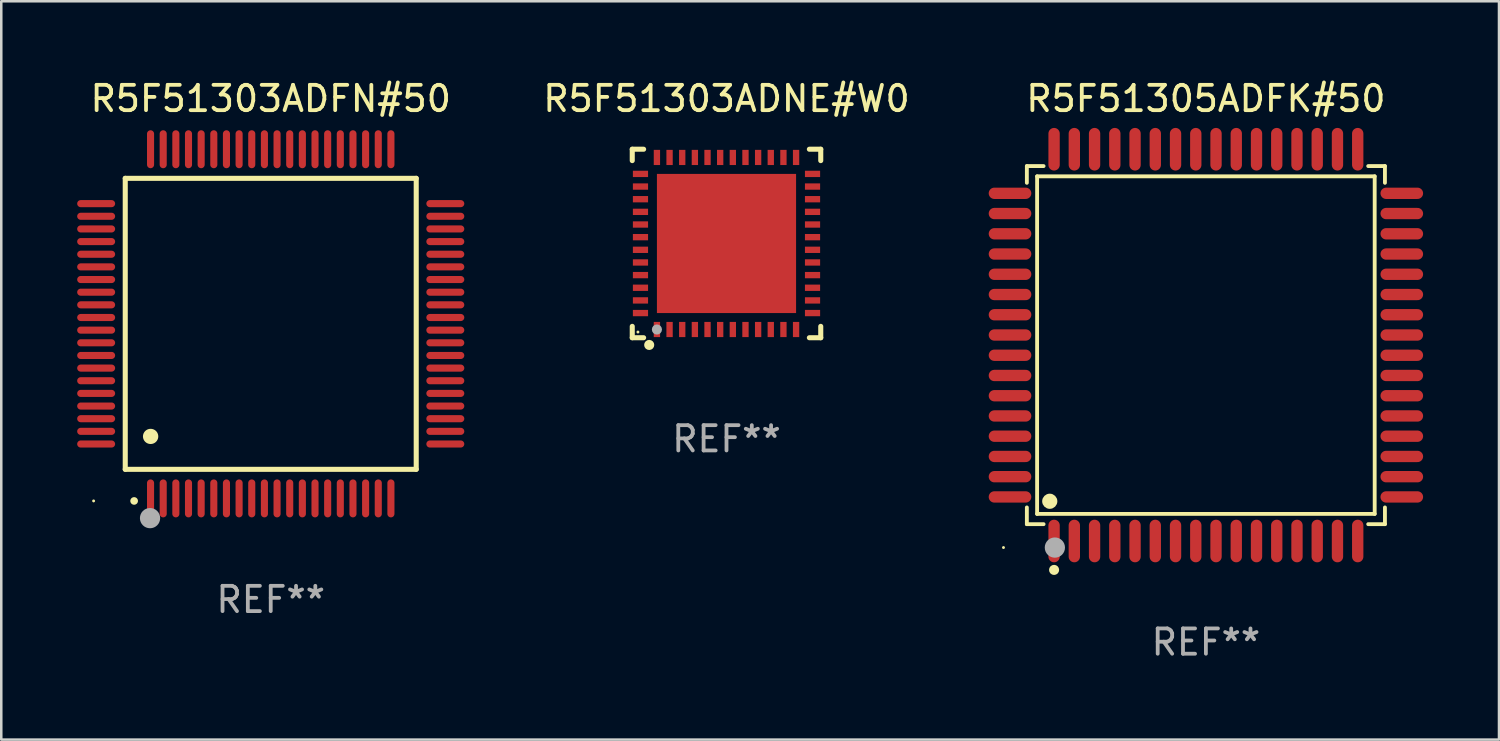
<source format=kicad_pcb>
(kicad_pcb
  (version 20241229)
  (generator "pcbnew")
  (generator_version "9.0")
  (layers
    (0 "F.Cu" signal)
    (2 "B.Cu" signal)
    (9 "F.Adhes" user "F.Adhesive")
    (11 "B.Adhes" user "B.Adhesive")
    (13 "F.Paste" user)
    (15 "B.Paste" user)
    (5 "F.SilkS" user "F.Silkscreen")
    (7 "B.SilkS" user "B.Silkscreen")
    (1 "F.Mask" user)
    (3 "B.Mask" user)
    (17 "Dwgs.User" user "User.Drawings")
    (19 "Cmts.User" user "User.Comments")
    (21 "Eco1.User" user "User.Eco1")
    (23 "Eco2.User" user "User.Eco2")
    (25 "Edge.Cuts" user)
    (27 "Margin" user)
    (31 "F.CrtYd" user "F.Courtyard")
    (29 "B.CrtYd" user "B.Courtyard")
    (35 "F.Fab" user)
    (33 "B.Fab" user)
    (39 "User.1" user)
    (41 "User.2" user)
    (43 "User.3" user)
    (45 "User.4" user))
  (footprint "R5F51305ADFK#50"
    (layer "F.Cu")
    (at 44.61 10.59)
    (property "Reference" "R5F51305ADFK#50" (at 0 -9.742 0) (layer "F.SilkS") (effects (font (size 1 1) (thickness 0.15))))
    (attr through_hole)
    (fp_line (start -7.076 -7.076) (end -6.415 -7.076) (stroke (width 0.152) (type solid)) (layer "F.SilkS"))
    (fp_line (start -7.076 -6.415) (end -7.076 -7.076) (stroke (width 0.152) (type solid)) (layer "F.SilkS"))
    (fp_line (start -7.076 6.415) (end -7.076 7.076) (stroke (width 0.152) (type solid)) (layer "F.SilkS"))
    (fp_line (start -7.076 7.076) (end -6.415 7.076) (stroke (width 0.152) (type solid)) (layer "F.SilkS"))
    (fp_line (start -6.671 -6.671) (end 6.671 -6.671) (stroke (width 0.152) (type solid)) (layer "F.SilkS"))
    (fp_line (start -6.671 6.671) (end -6.671 -6.671) (stroke (width 0.152) (type solid)) (layer "F.SilkS"))
    (fp_line (start 6.671 -6.671) (end 6.671 6.671) (stroke (width 0.152) (type solid)) (layer "F.SilkS"))
    (fp_line (start 6.671 6.671) (end -6.671 6.671) (stroke (width 0.152) (type solid)) (layer "F.SilkS"))
    (fp_line (start 7.076 -7.076) (end 6.415 -7.076) (stroke (width 0.152) (type solid)) (layer "F.SilkS"))
    (fp_line (start 7.076 -6.415) (end 7.076 -7.076) (stroke (width 0.152) (type solid)) (layer "F.SilkS"))
    (fp_line (start 7.076 6.415) (end 7.076 7.076) (stroke (width 0.152) (type solid)) (layer "F.SilkS"))
    (fp_line (start 7.076 7.076) (end 6.415 7.076) (stroke (width 0.152) (type solid)) (layer "F.SilkS"))
    (fp_circle (center -8 8) (end -7.97 8) (stroke (width 0.06) (type solid)) (fill no) (layer "F.SilkS"))
    (fp_circle (center -6.171 6.171) (end -6.021 6.171) (stroke (width 0.3) (type solid)) (fill no) (layer "F.SilkS"))
    (fp_circle (center -6 8.884) (end -5.9 8.884) (stroke (width 0.2) (type solid)) (fill no) (layer "F.SilkS"))
    (fp_circle (center -5.969 8.001) (end -5.769 8.001) (stroke (width 0.4) (type solid)) (fill no) (layer "F.Fab"))
    (fp_text user "REF**" (at 0 11.742 0) (layer "F.Fab") (effects (font (size 1 1) (thickness 0.15))))
    (pad "1" smd oval (at -6 7.742) (size 0.448 1.684) (layers "F.Cu" "F.Mask" "F.Paste"))
    (pad "2" smd oval (at -5.2 7.742) (size 0.448 1.684) (layers "F.Cu" "F.Mask" "F.Paste"))
    (pad "3" smd oval (at -4.4 7.742) (size 0.448 1.684) (layers "F.Cu" "F.Mask" "F.Paste"))
    (pad "4" smd oval (at -3.6 7.742) (size 0.448 1.684) (layers "F.Cu" "F.Mask" "F.Paste"))
    (pad "5" smd oval (at -2.8 7.742) (size 0.448 1.684) (layers "F.Cu" "F.Mask" "F.Paste"))
    (pad "6" smd oval (at -2 7.742) (size 0.448 1.684) (layers "F.Cu" "F.Mask" "F.Paste"))
    (pad "7" smd oval (at -1.2 7.742) (size 0.448 1.684) (layers "F.Cu" "F.Mask" "F.Paste"))
    (pad "8" smd oval (at -0.4 7.742) (size 0.448 1.684) (layers "F.Cu" "F.Mask" "F.Paste"))
    (pad "9" smd oval (at 0.4 7.742) (size 0.448 1.684) (layers "F.Cu" "F.Mask" "F.Paste"))
    (pad "10" smd oval (at 1.2 7.742) (size 0.448 1.684) (layers "F.Cu" "F.Mask" "F.Paste"))
    (pad "11" smd oval (at 2 7.742) (size 0.448 1.684) (layers "F.Cu" "F.Mask" "F.Paste"))
    (pad "12" smd oval (at 2.8 7.742) (size 0.448 1.684) (layers "F.Cu" "F.Mask" "F.Paste"))
    (pad "13" smd oval (at 3.6 7.742) (size 0.448 1.684) (layers "F.Cu" "F.Mask" "F.Paste"))
    (pad "14" smd oval (at 4.4 7.742) (size 0.448 1.684) (layers "F.Cu" "F.Mask" "F.Paste"))
    (pad "15" smd oval (at 5.2 7.742) (size 0.448 1.684) (layers "F.Cu" "F.Mask" "F.Paste"))
    (pad "16" smd oval (at 6 7.742) (size 0.448 1.684) (layers "F.Cu" "F.Mask" "F.Paste"))
    (pad "17" smd oval (at 7.742 6) (size 1.684 0.448) (layers "F.Cu" "F.Mask" "F.Paste"))
    (pad "18" smd oval (at 7.742 5.2) (size 1.684 0.448) (layers "F.Cu" "F.Mask" "F.Paste"))
    (pad "19" smd oval (at 7.742 4.4) (size 1.684 0.448) (layers "F.Cu" "F.Mask" "F.Paste"))
    (pad "20" smd oval (at 7.742 3.6) (size 1.684 0.448) (layers "F.Cu" "F.Mask" "F.Paste"))
    (pad "21" smd oval (at 7.742 2.8) (size 1.684 0.448) (layers "F.Cu" "F.Mask" "F.Paste"))
    (pad "22" smd oval (at 7.742 2) (size 1.684 0.448) (layers "F.Cu" "F.Mask" "F.Paste"))
    (pad "23" smd oval (at 7.742 1.2) (size 1.684 0.448) (layers "F.Cu" "F.Mask" "F.Paste"))
    (pad "24" smd oval (at 7.742 0.4) (size 1.684 0.448) (layers "F.Cu" "F.Mask" "F.Paste"))
    (pad "25" smd oval (at 7.742 -0.4) (size 1.684 0.448) (layers "F.Cu" "F.Mask" "F.Paste"))
    (pad "26" smd oval (at 7.742 -1.2) (size 1.684 0.448) (layers "F.Cu" "F.Mask" "F.Paste"))
    (pad "27" smd oval (at 7.742 -2) (size 1.684 0.448) (layers "F.Cu" "F.Mask" "F.Paste"))
    (pad "28" smd oval (at 7.742 -2.8) (size 1.684 0.448) (layers "F.Cu" "F.Mask" "F.Paste"))
    (pad "29" smd oval (at 7.742 -3.6) (size 1.684 0.448) (layers "F.Cu" "F.Mask" "F.Paste"))
    (pad "30" smd oval (at 7.742 -4.4) (size 1.684 0.448) (layers "F.Cu" "F.Mask" "F.Paste"))
    (pad "31" smd oval (at 7.742 -5.2) (size 1.684 0.448) (layers "F.Cu" "F.Mask" "F.Paste"))
    (pad "32" smd oval (at 7.742 -6) (size 1.684 0.448) (layers "F.Cu" "F.Mask" "F.Paste"))
    (pad "33" smd oval (at 6 -7.742) (size 0.448 1.684) (layers "F.Cu" "F.Mask" "F.Paste"))
    (pad "34" smd oval (at 5.2 -7.742) (size 0.448 1.684) (layers "F.Cu" "F.Mask" "F.Paste"))
    (pad "35" smd oval (at 4.4 -7.742) (size 0.448 1.684) (layers "F.Cu" "F.Mask" "F.Paste"))
    (pad "36" smd oval (at 3.6 -7.742) (size 0.448 1.684) (layers "F.Cu" "F.Mask" "F.Paste"))
    (pad "37" smd oval (at 2.8 -7.742) (size 0.448 1.684) (layers "F.Cu" "F.Mask" "F.Paste"))
    (pad "38" smd oval (at 2 -7.742) (size 0.448 1.684) (layers "F.Cu" "F.Mask" "F.Paste"))
    (pad "39" smd oval (at 1.2 -7.742) (size 0.448 1.684) (layers "F.Cu" "F.Mask" "F.Paste"))
    (pad "40" smd oval (at 0.4 -7.742) (size 0.448 1.684) (layers "F.Cu" "F.Mask" "F.Paste"))
    (pad "41" smd oval (at -0.4 -7.742) (size 0.448 1.684) (layers "F.Cu" "F.Mask" "F.Paste"))
    (pad "42" smd oval (at -1.2 -7.742) (size 0.448 1.684) (layers "F.Cu" "F.Mask" "F.Paste"))
    (pad "43" smd oval (at -2 -7.742) (size 0.448 1.684) (layers "F.Cu" "F.Mask" "F.Paste"))
    (pad "44" smd oval (at -2.8 -7.742) (size 0.448 1.684) (layers "F.Cu" "F.Mask" "F.Paste"))
    (pad "45" smd oval (at -3.6 -7.742) (size 0.448 1.684) (layers "F.Cu" "F.Mask" "F.Paste"))
    (pad "46" smd oval (at -4.4 -7.742) (size 0.448 1.684) (layers "F.Cu" "F.Mask" "F.Paste"))
    (pad "47" smd oval (at -5.2 -7.742) (size 0.448 1.684) (layers "F.Cu" "F.Mask" "F.Paste"))
    (pad "48" smd oval (at -6 -7.742) (size 0.448 1.684) (layers "F.Cu" "F.Mask" "F.Paste"))
    (pad "49" smd oval (at -7.742 -6) (size 1.684 0.448) (layers "F.Cu" "F.Mask" "F.Paste"))
    (pad "50" smd oval (at -7.742 -5.2) (size 1.684 0.448) (layers "F.Cu" "F.Mask" "F.Paste"))
    (pad "51" smd oval (at -7.742 -4.4) (size 1.684 0.448) (layers "F.Cu" "F.Mask" "F.Paste"))
    (pad "52" smd oval (at -7.742 -3.6) (size 1.684 0.448) (layers "F.Cu" "F.Mask" "F.Paste"))
    (pad "53" smd oval (at -7.742 -2.8) (size 1.684 0.448) (layers "F.Cu" "F.Mask" "F.Paste"))
    (pad "54" smd oval (at -7.742 -2) (size 1.684 0.448) (layers "F.Cu" "F.Mask" "F.Paste"))
    (pad "55" smd oval (at -7.742 -1.2) (size 1.684 0.448) (layers "F.Cu" "F.Mask" "F.Paste"))
    (pad "56" smd oval (at -7.742 -0.4) (size 1.684 0.448) (layers "F.Cu" "F.Mask" "F.Paste"))
    (pad "57" smd oval (at -7.742 0.4) (size 1.684 0.448) (layers "F.Cu" "F.Mask" "F.Paste"))
    (pad "58" smd oval (at -7.742 1.2) (size 1.684 0.448) (layers "F.Cu" "F.Mask" "F.Paste"))
    (pad "59" smd oval (at -7.742 2) (size 1.684 0.448) (layers "F.Cu" "F.Mask" "F.Paste"))
    (pad "60" smd oval (at -7.742 2.8) (size 1.684 0.448) (layers "F.Cu" "F.Mask" "F.Paste"))
    (pad "61" smd oval (at -7.742 3.6) (size 1.684 0.448) (layers "F.Cu" "F.Mask" "F.Paste"))
    (pad "62" smd oval (at -7.742 4.4) (size 1.684 0.448) (layers "F.Cu" "F.Mask" "F.Paste"))
    (pad "63" smd oval (at -7.742 5.2) (size 1.684 0.448) (layers "F.Cu" "F.Mask" "F.Paste"))
    (pad "64" smd oval (at -7.742 6) (size 1.684 0.448) (layers "F.Cu" "F.Mask" "F.Paste")))
  (footprint "R5F51303ADNE#W0"
    (layer "F.Cu")
    (at 25.663 6.573)
    (property "Reference" "R5F51303ADNE#W0" (at 0 -5.725 0) (layer "F.SilkS") (effects (font (size 1 1) (thickness 0.15))))
    (attr through_hole)
    (fp_line (start -3.725 -3.725) (end -3.275 -3.725) (stroke (width 0.2) (type solid)) (layer "F.SilkS"))
    (fp_line (start -3.725 -3.275) (end -3.725 -3.725) (stroke (width 0.2) (type solid)) (layer "F.SilkS"))
    (fp_line (start -3.725 3.725) (end -3.725 3.275) (stroke (width 0.2) (type solid)) (layer "F.SilkS"))
    (fp_line (start -3.275 3.725) (end -3.725 3.725) (stroke (width 0.2) (type solid)) (layer "F.SilkS"))
    (fp_line (start 3.275 3.725) (end 3.725 3.725) (stroke (width 0.2) (type solid)) (layer "F.SilkS"))
    (fp_line (start 3.725 -3.725) (end 3.275 -3.725) (stroke (width 0.2) (type solid)) (layer "F.SilkS"))
    (fp_line (start 3.725 -3.275) (end 3.725 -3.725) (stroke (width 0.2) (type solid)) (layer "F.SilkS"))
    (fp_line (start 3.725 3.725) (end 3.725 3.275) (stroke (width 0.2) (type solid)) (layer "F.SilkS"))
    (fp_circle (center -3.5 3.5) (end -3.47 3.5) (stroke (width 0.06) (type solid)) (fill no) (layer "F.SilkS"))
    (fp_circle (center -3.055 4.01) (end -2.955 4.01) (stroke (width 0.2) (type solid)) (fill no) (layer "F.SilkS"))
    (fp_circle (center -2.75 3.4) (end -2.65 3.4) (stroke (width 0.2) (type solid)) (fill no) (layer "F.Fab"))
    (fp_text user "REF**" (at 0 7.725 0) (layer "F.Fab") (effects (font (size 1 1) (thickness 0.15))))
    (pad "1" smd rect (at -2.75 3.4 180) (size 0.25 0.6) (layers "F.Cu" "F.Mask" "F.Paste"))
    (pad "2" smd rect (at -2.25 3.4 180) (size 0.25 0.6) (layers "F.Cu" "F.Mask" "F.Paste"))
    (pad "3" smd rect (at -1.75 3.4 180) (size 0.25 0.6) (layers "F.Cu" "F.Mask" "F.Paste"))
    (pad "4" smd rect (at -1.25 3.4 180) (size 0.25 0.6) (layers "F.Cu" "F.Mask" "F.Paste"))
    (pad "5" smd rect (at -0.75 3.4 180) (size 0.25 0.6) (layers "F.Cu" "F.Mask" "F.Paste"))
    (pad "6" smd rect (at -0.25 3.4 180) (size 0.25 0.6) (layers "F.Cu" "F.Mask" "F.Paste"))
    (pad "7" smd rect (at 0.25 3.4 180) (size 0.25 0.6) (layers "F.Cu" "F.Mask" "F.Paste"))
    (pad "8" smd rect (at 0.75 3.4 180) (size 0.25 0.6) (layers "F.Cu" "F.Mask" "F.Paste"))
    (pad "9" smd rect (at 1.25 3.4 180) (size 0.25 0.6) (layers "F.Cu" "F.Mask" "F.Paste"))
    (pad "10" smd rect (at 1.75 3.4 180) (size 0.25 0.6) (layers "F.Cu" "F.Mask" "F.Paste"))
    (pad "11" smd rect (at 2.25 3.4 180) (size 0.25 0.6) (layers "F.Cu" "F.Mask" "F.Paste"))
    (pad "12" smd rect (at 2.75 3.4 180) (size 0.25 0.6) (layers "F.Cu" "F.Mask" "F.Paste"))
    (pad "13" smd rect (at 3.4 2.75 90) (size 0.25 0.6) (layers "F.Cu" "F.Mask" "F.Paste"))
    (pad "14" smd rect (at 3.4 2.25 90) (size 0.25 0.6) (layers "F.Cu" "F.Mask" "F.Paste"))
    (pad "15" smd rect (at 3.4 1.75 90) (size 0.25 0.6) (layers "F.Cu" "F.Mask" "F.Paste"))
    (pad "16" smd rect (at 3.4 1.25 90) (size 0.25 0.6) (layers "F.Cu" "F.Mask" "F.Paste"))
    (pad "17" smd rect (at 3.4 0.75 90) (size 0.25 0.6) (layers "F.Cu" "F.Mask" "F.Paste"))
    (pad "18" smd rect (at 3.4 0.25 90) (size 0.25 0.6) (layers "F.Cu" "F.Mask" "F.Paste"))
    (pad "19" smd rect (at 3.4 -0.25 90) (size 0.25 0.6) (layers "F.Cu" "F.Mask" "F.Paste"))
    (pad "20" smd rect (at 3.4 -0.75 90) (size 0.25 0.6) (layers "F.Cu" "F.Mask" "F.Paste"))
    (pad "21" smd rect (at 3.4 -1.25 90) (size 0.25 0.6) (layers "F.Cu" "F.Mask" "F.Paste"))
    (pad "22" smd rect (at 3.4 -1.75 90) (size 0.25 0.6) (layers "F.Cu" "F.Mask" "F.Paste"))
    (pad "23" smd rect (at 3.4 -2.25 90) (size 0.25 0.6) (layers "F.Cu" "F.Mask" "F.Paste"))
    (pad "24" smd rect (at 3.4 -2.75 90) (size 0.25 0.6) (layers "F.Cu" "F.Mask" "F.Paste"))
    (pad "25" smd rect (at 2.75 -3.4 180) (size 0.25 0.6) (layers "F.Cu" "F.Mask" "F.Paste"))
    (pad "26" smd rect (at 2.25 -3.4 180) (size 0.25 0.6) (layers "F.Cu" "F.Mask" "F.Paste"))
    (pad "27" smd rect (at 1.75 -3.4 180) (size 0.25 0.6) (layers "F.Cu" "F.Mask" "F.Paste"))
    (pad "28" smd rect (at 1.25 -3.4 180) (size 0.25 0.6) (layers "F.Cu" "F.Mask" "F.Paste"))
    (pad "29" smd rect (at 0.75 -3.4 180) (size 0.25 0.6) (layers "F.Cu" "F.Mask" "F.Paste"))
    (pad "30" smd rect (at 0.25 -3.4 180) (size 0.25 0.6) (layers "F.Cu" "F.Mask" "F.Paste"))
    (pad "31" smd rect (at -0.25 -3.4 180) (size 0.25 0.6) (layers "F.Cu" "F.Mask" "F.Paste"))
    (pad "32" smd rect (at -0.75 -3.4 180) (size 0.25 0.6) (layers "F.Cu" "F.Mask" "F.Paste"))
    (pad "33" smd rect (at -1.25 -3.4 180) (size 0.25 0.6) (layers "F.Cu" "F.Mask" "F.Paste"))
    (pad "34" smd rect (at -1.75 -3.4 180) (size 0.25 0.6) (layers "F.Cu" "F.Mask" "F.Paste"))
    (pad "35" smd rect (at -2.25 -3.4 180) (size 0.25 0.6) (layers "F.Cu" "F.Mask" "F.Paste"))
    (pad "36" smd rect (at -2.75 -3.4 180) (size 0.25 0.6) (layers "F.Cu" "F.Mask" "F.Paste"))
    (pad "37" smd rect (at -3.4 -2.75 90) (size 0.25 0.6) (layers "F.Cu" "F.Mask" "F.Paste"))
    (pad "38" smd rect (at -3.4 -2.25 90) (size 0.25 0.6) (layers "F.Cu" "F.Mask" "F.Paste"))
    (pad "39" smd rect (at -3.4 -1.75 90) (size 0.25 0.6) (layers "F.Cu" "F.Mask" "F.Paste"))
    (pad "40" smd rect (at -3.4 -1.25 90) (size 0.25 0.6) (layers "F.Cu" "F.Mask" "F.Paste"))
    (pad "41" smd rect (at -3.4 -0.75 90) (size 0.25 0.6) (layers "F.Cu" "F.Mask" "F.Paste"))
    (pad "42" smd rect (at -3.4 -0.25 90) (size 0.25 0.6) (layers "F.Cu" "F.Mask" "F.Paste"))
    (pad "43" smd rect (at -3.4 0.25 90) (size 0.25 0.6) (layers "F.Cu" "F.Mask" "F.Paste"))
    (pad "44" smd rect (at -3.4 0.75 90) (size 0.25 0.6) (layers "F.Cu" "F.Mask" "F.Paste"))
    (pad "45" smd rect (at -3.4 1.25 90) (size 0.25 0.6) (layers "F.Cu" "F.Mask" "F.Paste"))
    (pad "46" smd rect (at -3.4 1.75 90) (size 0.25 0.6) (layers "F.Cu" "F.Mask" "F.Paste"))
    (pad "47" smd rect (at -3.4 2.25 90) (size 0.25 0.6) (layers "F.Cu" "F.Mask" "F.Paste"))
    (pad "48" smd rect (at -3.4 2.75 90) (size 0.25 0.6) (layers "F.Cu" "F.Mask" "F.Paste"))
    (pad "49" smd rect (at -0.000076 -0.000076 90) (size 5.5 5.5) (layers "F.Cu" "F.Mask" "F.Paste")))
  (footprint "R5F51303ADFN#50"
    (layer "F.Cu")
    (at 7.65 9.748)
    (property "Reference" "R5F51303ADFN#50" (at 0 -8.9 0) (layer "F.SilkS") (effects (font (size 1 1) (thickness 0.15))))
    (attr through_hole)
    (fp_line (start -5.75 -5.75) (end 5.75 -5.75) (stroke (width 0.2) (type solid)) (layer "F.SilkS"))
    (fp_line (start -5.75 5.75) (end -5.75 -5.75) (stroke (width 0.2) (type solid)) (layer "F.SilkS"))
    (fp_line (start 5.75 -5.75) (end 5.75 5.75) (stroke (width 0.2) (type solid)) (layer "F.SilkS"))
    (fp_line (start 5.75 5.75) (end -5.75 5.75) (stroke (width 0.2) (type solid)) (layer "F.SilkS"))
    (fp_arc (start -5.400051 7.000254) (mid -5.398781 7.000249) (end -5.397511 7.000254) (stroke (width 0.3) (type solid)) (layer "F.SilkS"))
    (fp_arc (start -4.749809 4.450089) (mid -4.747269 4.450078) (end -4.744729 4.450089) (stroke (width 0.6) (type solid)) (layer "F.SilkS"))
    (fp_circle (center -7 7) (end -6.97 7) (stroke (width 0.06) (type solid)) (fill no) (layer "F.SilkS"))
    (fp_circle (center -4.77 7.68) (end -4.57 7.68) (stroke (width 0.4) (type solid)) (fill no) (layer "F.Fab"))
    (fp_text user "REF**" (at 0 10.9 0) (layer "F.Fab") (effects (font (size 1 1) (thickness 0.15))))
    (pad "1" smd oval (at -4.75 6.9) (size 0.28 1.5) (layers "F.Cu" "F.Mask" "F.Paste"))
    (pad "2" smd oval (at -4.25 6.9) (size 0.28 1.5) (layers "F.Cu" "F.Mask" "F.Paste"))
    (pad "3" smd oval (at -3.75 6.9) (size 0.28 1.5) (layers "F.Cu" "F.Mask" "F.Paste"))
    (pad "4" smd oval (at -3.25 6.9) (size 0.28 1.5) (layers "F.Cu" "F.Mask" "F.Paste"))
    (pad "5" smd oval (at -2.75 6.9) (size 0.28 1.5) (layers "F.Cu" "F.Mask" "F.Paste"))
    (pad "6" smd oval (at -2.25 6.9) (size 0.28 1.5) (layers "F.Cu" "F.Mask" "F.Paste"))
    (pad "7" smd oval (at -1.75 6.9) (size 0.28 1.5) (layers "F.Cu" "F.Mask" "F.Paste"))
    (pad "8" smd oval (at -1.25 6.9) (size 0.28 1.5) (layers "F.Cu" "F.Mask" "F.Paste"))
    (pad "9" smd oval (at -0.75 6.9) (size 0.28 1.5) (layers "F.Cu" "F.Mask" "F.Paste"))
    (pad "10" smd oval (at -0.25 6.9) (size 0.28 1.5) (layers "F.Cu" "F.Mask" "F.Paste"))
    (pad "11" smd oval (at 0.25 6.9) (size 0.28 1.5) (layers "F.Cu" "F.Mask" "F.Paste"))
    (pad "12" smd oval (at 0.75 6.9) (size 0.28 1.5) (layers "F.Cu" "F.Mask" "F.Paste"))
    (pad "13" smd oval (at 1.25 6.9) (size 0.28 1.5) (layers "F.Cu" "F.Mask" "F.Paste"))
    (pad "14" smd oval (at 1.75 6.9) (size 0.28 1.5) (layers "F.Cu" "F.Mask" "F.Paste"))
    (pad "15" smd oval (at 2.25 6.9) (size 0.28 1.5) (layers "F.Cu" "F.Mask" "F.Paste"))
    (pad "16" smd oval (at 2.75 6.9) (size 0.28 1.5) (layers "F.Cu" "F.Mask" "F.Paste"))
    (pad "17" smd oval (at 3.25 6.9) (size 0.28 1.5) (layers "F.Cu" "F.Mask" "F.Paste"))
    (pad "18" smd oval (at 3.75 6.9) (size 0.28 1.5) (layers "F.Cu" "F.Mask" "F.Paste"))
    (pad "19" smd oval (at 4.25 6.9) (size 0.28 1.5) (layers "F.Cu" "F.Mask" "F.Paste"))
    (pad "20" smd oval (at 4.75 6.9) (size 0.28 1.5) (layers "F.Cu" "F.Mask" "F.Paste"))
    (pad "21" smd oval (at 6.9 4.75) (size 1.5 0.28) (layers "F.Cu" "F.Mask" "F.Paste"))
    (pad "22" smd oval (at 6.9 4.25) (size 1.5 0.28) (layers "F.Cu" "F.Mask" "F.Paste"))
    (pad "23" smd oval (at 6.9 3.75) (size 1.5 0.28) (layers "F.Cu" "F.Mask" "F.Paste"))
    (pad "24" smd oval (at 6.9 3.25) (size 1.5 0.28) (layers "F.Cu" "F.Mask" "F.Paste"))
    (pad "25" smd oval (at 6.9 2.75) (size 1.5 0.28) (layers "F.Cu" "F.Mask" "F.Paste"))
    (pad "26" smd oval (at 6.9 2.25) (size 1.5 0.28) (layers "F.Cu" "F.Mask" "F.Paste"))
    (pad "27" smd oval (at 6.9 1.75) (size 1.5 0.28) (layers "F.Cu" "F.Mask" "F.Paste"))
    (pad "28" smd oval (at 6.9 1.25) (size 1.5 0.28) (layers "F.Cu" "F.Mask" "F.Paste"))
    (pad "29" smd oval (at 6.9 0.75) (size 1.5 0.28) (layers "F.Cu" "F.Mask" "F.Paste"))
    (pad "30" smd oval (at 6.9 0.25) (size 1.5 0.28) (layers "F.Cu" "F.Mask" "F.Paste"))
    (pad "31" smd oval (at 6.9 -0.25) (size 1.5 0.28) (layers "F.Cu" "F.Mask" "F.Paste"))
    (pad "32" smd oval (at 6.9 -0.75) (size 1.5 0.28) (layers "F.Cu" "F.Mask" "F.Paste"))
    (pad "33" smd oval (at 6.9 -1.25) (size 1.5 0.28) (layers "F.Cu" "F.Mask" "F.Paste"))
    (pad "34" smd oval (at 6.9 -1.75) (size 1.5 0.28) (layers "F.Cu" "F.Mask" "F.Paste"))
    (pad "35" smd oval (at 6.9 -2.25) (size 1.5 0.28) (layers "F.Cu" "F.Mask" "F.Paste"))
    (pad "36" smd oval (at 6.9 -2.75) (size 1.5 0.28) (layers "F.Cu" "F.Mask" "F.Paste"))
    (pad "37" smd oval (at 6.9 -3.25) (size 1.5 0.28) (layers "F.Cu" "F.Mask" "F.Paste"))
    (pad "38" smd oval (at 6.9 -3.75) (size 1.5 0.28) (layers "F.Cu" "F.Mask" "F.Paste"))
    (pad "39" smd oval (at 6.9 -4.25) (size 1.5 0.28) (layers "F.Cu" "F.Mask" "F.Paste"))
    (pad "40" smd oval (at 6.9 -4.75) (size 1.5 0.28) (layers "F.Cu" "F.Mask" "F.Paste"))
    (pad "41" smd oval (at 4.75 -6.9) (size 0.28 1.5) (layers "F.Cu" "F.Mask" "F.Paste"))
    (pad "42" smd oval (at 4.25 -6.9) (size 0.28 1.5) (layers "F.Cu" "F.Mask" "F.Paste"))
    (pad "43" smd oval (at 3.75 -6.9) (size 0.28 1.5) (layers "F.Cu" "F.Mask" "F.Paste"))
    (pad "44" smd oval (at 3.25 -6.9) (size 0.28 1.5) (layers "F.Cu" "F.Mask" "F.Paste"))
    (pad "45" smd oval (at 2.75 -6.9) (size 0.28 1.5) (layers "F.Cu" "F.Mask" "F.Paste"))
    (pad "46" smd oval (at 2.25 -6.9) (size 0.28 1.5) (layers "F.Cu" "F.Mask" "F.Paste"))
    (pad "47" smd oval (at 1.75 -6.9) (size 0.28 1.5) (layers "F.Cu" "F.Mask" "F.Paste"))
    (pad "48" smd oval (at 1.25 -6.9) (size 0.28 1.5) (layers "F.Cu" "F.Mask" "F.Paste"))
    (pad "49" smd oval (at 0.75 -6.9) (size 0.28 1.5) (layers "F.Cu" "F.Mask" "F.Paste"))
    (pad "50" smd oval (at 0.25 -6.9) (size 0.28 1.5) (layers "F.Cu" "F.Mask" "F.Paste"))
    (pad "51" smd oval (at -0.25 -6.9) (size 0.28 1.5) (layers "F.Cu" "F.Mask" "F.Paste"))
    (pad "52" smd oval (at -0.75 -6.9) (size 0.28 1.5) (layers "F.Cu" "F.Mask" "F.Paste"))
    (pad "53" smd oval (at -1.25 -6.9) (size 0.28 1.5) (layers "F.Cu" "F.Mask" "F.Paste"))
    (pad "54" smd oval (at -1.75 -6.9) (size 0.28 1.5) (layers "F.Cu" "F.Mask" "F.Paste"))
    (pad "55" smd oval (at -2.25 -6.9) (size 0.28 1.5) (layers "F.Cu" "F.Mask" "F.Paste"))
    (pad "56" smd oval (at -2.75 -6.9) (size 0.28 1.5) (layers "F.Cu" "F.Mask" "F.Paste"))
    (pad "57" smd oval (at -3.25 -6.9) (size 0.28 1.5) (layers "F.Cu" "F.Mask" "F.Paste"))
    (pad "58" smd oval (at -3.75 -6.9) (size 0.28 1.5) (layers "F.Cu" "F.Mask" "F.Paste"))
    (pad "59" smd oval (at -4.25 -6.9) (size 0.28 1.5) (layers "F.Cu" "F.Mask" "F.Paste"))
    (pad "60" smd oval (at -4.75 -6.9) (size 0.28 1.5) (layers "F.Cu" "F.Mask" "F.Paste"))
    (pad "61" smd oval (at -6.9 -4.75) (size 1.5 0.28) (layers "F.Cu" "F.Mask" "F.Paste"))
    (pad "62" smd oval (at -6.9 -4.25) (size 1.5 0.28) (layers "F.Cu" "F.Mask" "F.Paste"))
    (pad "63" smd oval (at -6.9 -3.75) (size 1.5 0.28) (layers "F.Cu" "F.Mask" "F.Paste"))
    (pad "64" smd oval (at -6.9 -3.25) (size 1.5 0.28) (layers "F.Cu" "F.Mask" "F.Paste"))
    (pad "65" smd oval (at -6.9 -2.75) (size 1.5 0.28) (layers "F.Cu" "F.Mask" "F.Paste"))
    (pad "66" smd oval (at -6.9 -2.25) (size 1.5 0.28) (layers "F.Cu" "F.Mask" "F.Paste"))
    (pad "67" smd oval (at -6.9 -1.75) (size 1.5 0.28) (layers "F.Cu" "F.Mask" "F.Paste"))
    (pad "68" smd oval (at -6.9 -1.25) (size 1.5 0.28) (layers "F.Cu" "F.Mask" "F.Paste"))
    (pad "69" smd oval (at -6.9 -0.75) (size 1.5 0.28) (layers "F.Cu" "F.Mask" "F.Paste"))
    (pad "70" smd oval (at -6.9 -0.25) (size 1.5 0.28) (layers "F.Cu" "F.Mask" "F.Paste"))
    (pad "71" smd oval (at -6.9 0.25) (size 1.5 0.28) (layers "F.Cu" "F.Mask" "F.Paste"))
    (pad "72" smd oval (at -6.9 0.75) (size 1.5 0.28) (layers "F.Cu" "F.Mask" "F.Paste"))
    (pad "73" smd oval (at -6.9 1.25) (size 1.5 0.28) (layers "F.Cu" "F.Mask" "F.Paste"))
    (pad "74" smd oval (at -6.9 1.75) (size 1.5 0.28) (layers "F.Cu" "F.Mask" "F.Paste"))
    (pad "75" smd oval (at -6.9 2.25) (size 1.5 0.28) (layers "F.Cu" "F.Mask" "F.Paste"))
    (pad "76" smd oval (at -6.9 2.75) (size 1.5 0.28) (layers "F.Cu" "F.Mask" "F.Paste"))
    (pad "77" smd oval (at -6.9 3.25) (size 1.5 0.28) (layers "F.Cu" "F.Mask" "F.Paste"))
    (pad "78" smd oval (at -6.9 3.75) (size 1.5 0.28) (layers "F.Cu" "F.Mask" "F.Paste"))
    (pad "79" smd oval (at -6.9 4.25) (size 1.5 0.28) (layers "F.Cu" "F.Mask" "F.Paste"))
    (pad "80" smd oval (at -6.9 4.75) (size 1.5 0.28) (layers "F.Cu" "F.Mask" "F.Paste")))
  (gr_rect
    (start -3 -3)
    (end 56.194 26.18)
    (stroke (width 0.1) (type default))
    (fill no)
    (layer "Edge.Cuts")))
</source>
